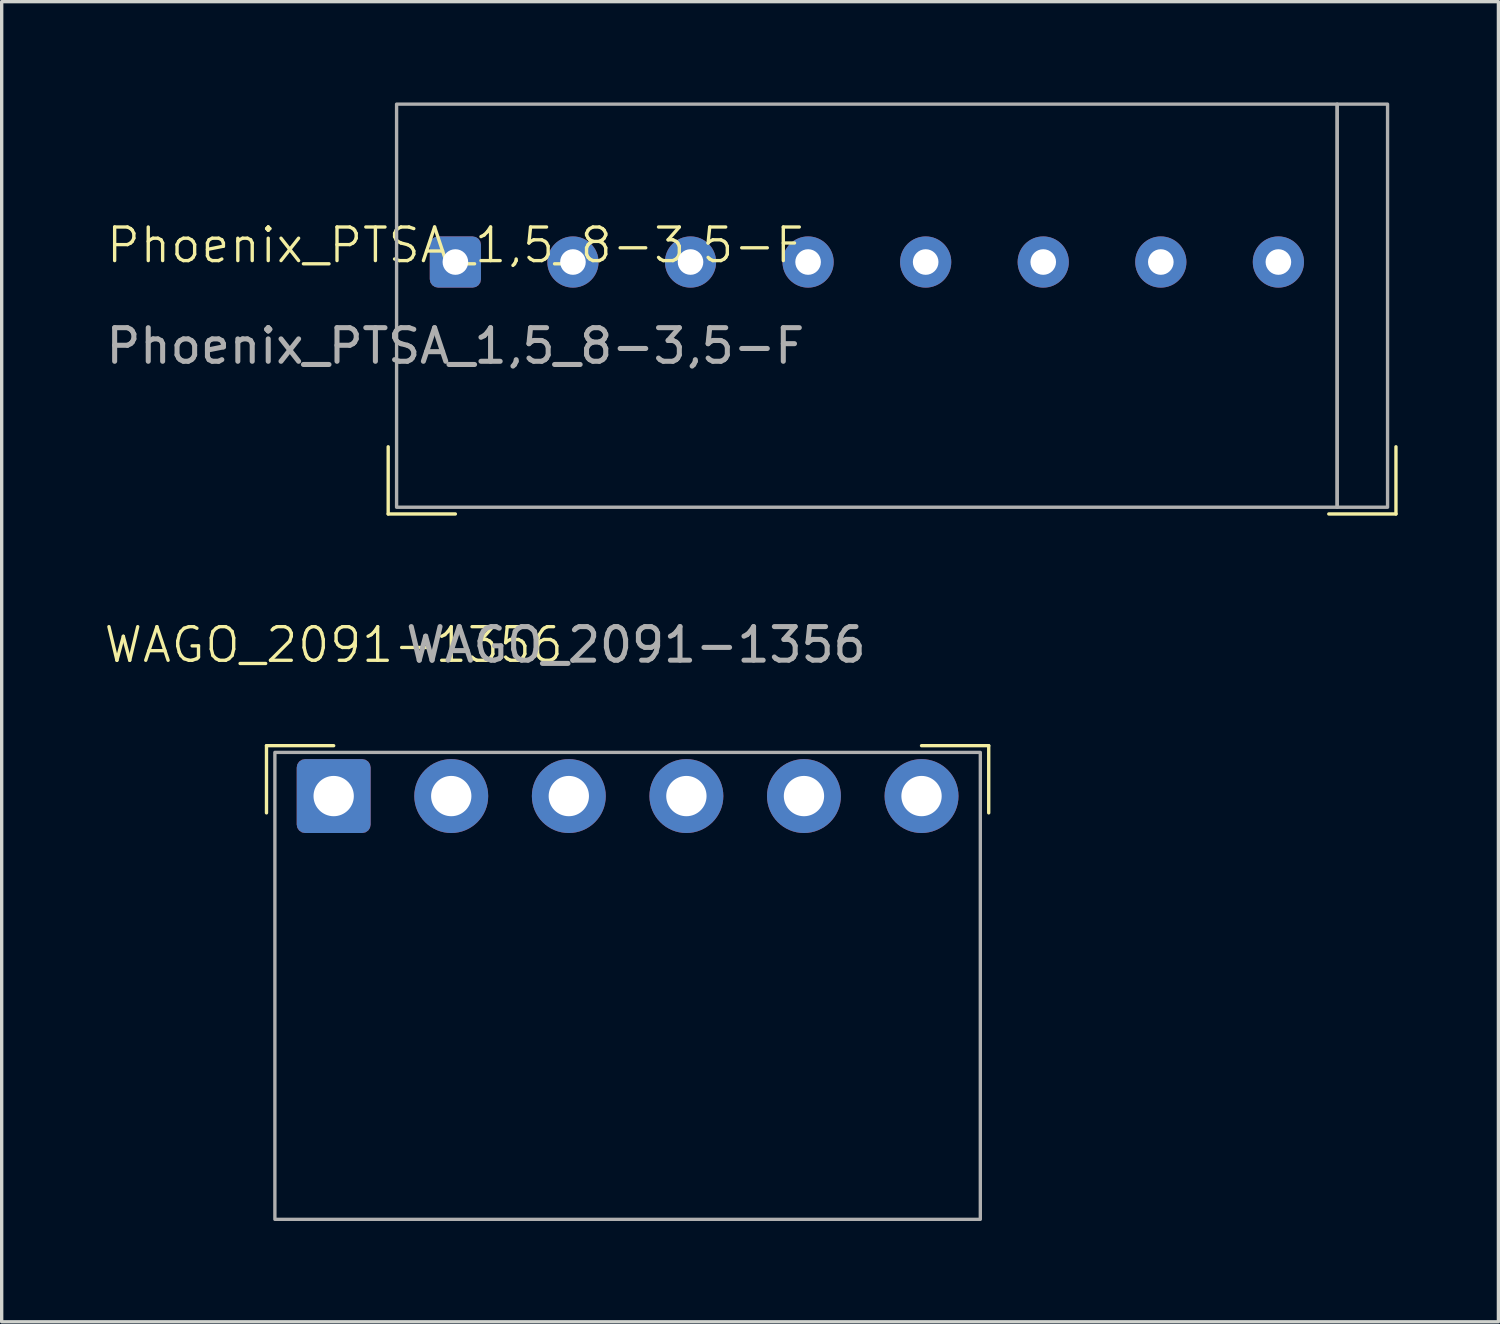
<source format=kicad_pcb>
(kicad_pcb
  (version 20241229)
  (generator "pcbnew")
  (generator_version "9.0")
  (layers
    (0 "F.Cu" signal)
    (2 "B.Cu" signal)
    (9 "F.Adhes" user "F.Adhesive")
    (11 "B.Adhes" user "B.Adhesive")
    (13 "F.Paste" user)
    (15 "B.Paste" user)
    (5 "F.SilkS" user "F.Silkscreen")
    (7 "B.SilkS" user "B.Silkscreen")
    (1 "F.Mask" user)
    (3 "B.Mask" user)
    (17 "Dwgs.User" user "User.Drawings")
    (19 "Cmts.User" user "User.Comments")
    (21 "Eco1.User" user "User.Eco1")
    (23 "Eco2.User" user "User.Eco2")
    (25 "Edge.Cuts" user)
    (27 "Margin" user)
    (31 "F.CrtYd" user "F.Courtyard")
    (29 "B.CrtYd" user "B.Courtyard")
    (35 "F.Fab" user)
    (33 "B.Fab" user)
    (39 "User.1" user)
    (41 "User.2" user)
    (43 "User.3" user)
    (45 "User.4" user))
  (footprint "Phoenix_PTSA_1,5_8-3,5-F"
    (layer "F.Cu")
    (at 10.506 4.75)
    (property "Reference" "Phoenix_PTSA_1,5_8-3,5-F" (at 0 -0.5 0) (unlocked yes) (layer "F.SilkS") (effects (font (size 1 1) (thickness 0.1))))
    (attr through_hole)
    (fp_line (start -2 5.5) (end -2 7.5) (stroke (width 0.1) (type default)) (layer "F.SilkS"))
    (fp_line (start -2 7.5) (end 0 7.5) (stroke (width 0.1) (type default)) (layer "F.SilkS"))
    (fp_line (start 26 7.5) (end 28 7.5) (stroke (width 0.1) (type default)) (layer "F.SilkS"))
    (fp_line (start 28 7.5) (end 28 5.5) (stroke (width 0.1) (type default)) (layer "F.SilkS"))
    (fp_rect (start -1.75 -4.7) (end 26.25 7.3) (stroke (width 0.1) (type default)) (fill no) (layer "F.Fab"))
    (fp_rect (start 26.25 -4.7) (end 27.75 7.3) (stroke (width 0.1) (type default)) (fill no) (layer "F.Fab"))
    (fp_text user "${REFERENCE}" (at 0 2.5 0) (unlocked yes) (layer "F.Fab") (effects (font (size 1 1) (thickness 0.15))))
    (pad "1" thru_hole roundrect (at 0 0) (size 1.524 1.524) (drill 0.762) (layers "*.Cu" "*.Mask") (roundrect_rratio 0.164))
    (pad "2" thru_hole circle (at 3.5 0) (size 1.524 1.524) (drill 0.762) (layers "*.Cu" "*.Mask"))
    (pad "3" thru_hole circle (at 7 0) (size 1.524 1.524) (drill 0.762) (layers "*.Cu" "*.Mask"))
    (pad "4" thru_hole circle (at 10.5 0) (size 1.524 1.524) (drill 0.762) (layers "*.Cu" "*.Mask"))
    (pad "5" thru_hole circle (at 14 0) (size 1.524 1.524) (drill 0.762) (layers "*.Cu" "*.Mask"))
    (pad "6" thru_hole circle (at 17.5 0) (size 1.524 1.524) (drill 0.762) (layers "*.Cu" "*.Mask"))
    (pad "7" thru_hole circle (at 21 0) (size 1.524 1.524) (drill 0.762) (layers "*.Cu" "*.Mask"))
    (pad "8" thru_hole circle (at 24.5 0) (size 1.524 1.524) (drill 0.762) (layers "*.Cu" "*.Mask")))
  (footprint "WAGO_2091-1356"
    (layer "F.Cu")
    (at 6.883 20.648)
    (property "Reference" "WAGO_2091-1356" (at 0 -4.5 0) (unlocked yes) (layer "F.SilkS") (effects (font (size 1 1) (thickness 0.1))))
    (attr through_hole)
    (fp_line (start -2 -1.5) (end 0 -1.5) (stroke (width 0.1) (type default)) (layer "F.SilkS"))
    (fp_line (start -2 0.5) (end -2 -1.5) (stroke (width 0.1) (type default)) (layer "F.SilkS"))
    (fp_line (start 17.5 -1.5) (end 19.5 -1.5) (stroke (width 0.1) (type default)) (layer "F.SilkS"))
    (fp_line (start 19.5 -1.5) (end 19.5 0.5) (stroke (width 0.1) (type default)) (layer "F.SilkS"))
    (fp_rect (start -1.75 -1.3) (end 19.25 12.6) (stroke (width 0.1) (type default)) (fill no) (layer "F.Fab"))
    (fp_text user "${REFERENCE}" (at 9 -4.5 0) (unlocked yes) (layer "F.Fab") (effects (font (size 1 1) (thickness 0.15))))
    (pad "1" thru_hole roundrect (at 0 0) (size 2.2 2.2) (drill 1.2) (layers "*.Cu" "*.Mask") (roundrect_rratio 0.114))
    (pad "2" thru_hole circle (at 3.5 0) (size 2.2 2.2) (drill 1.2) (layers "*.Cu" "*.Mask"))
    (pad "3" thru_hole circle (at 7 0) (size 2.2 2.2) (drill 1.2) (layers "*.Cu" "*.Mask"))
    (pad "4" thru_hole circle (at 10.5 0) (size 2.2 2.2) (drill 1.2) (layers "*.Cu" "*.Mask"))
    (pad "5" thru_hole circle (at 14 0) (size 2.2 2.2) (drill 1.2) (layers "*.Cu" "*.Mask"))
    (pad "6" thru_hole circle (at 17.5 0) (size 2.2 2.2) (drill 1.2) (layers "*.Cu" "*.Mask")))
  (gr_rect
    (start -3 -3)
    (end 41.556 36.298)
    (stroke (width 0.1) (type default))
    (fill no)
    (layer "Edge.Cuts")))
</source>
